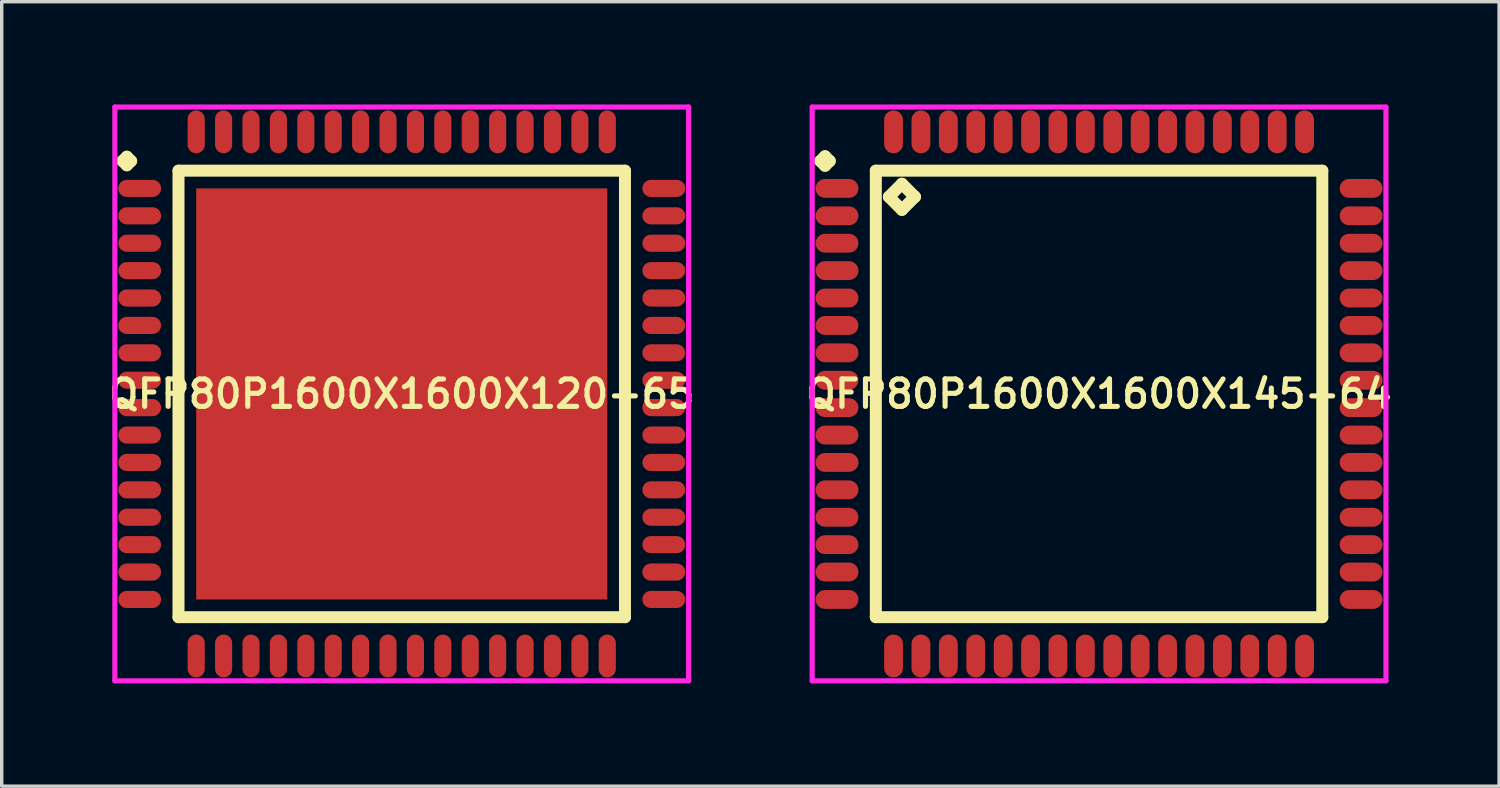
<source format=kicad_pcb>
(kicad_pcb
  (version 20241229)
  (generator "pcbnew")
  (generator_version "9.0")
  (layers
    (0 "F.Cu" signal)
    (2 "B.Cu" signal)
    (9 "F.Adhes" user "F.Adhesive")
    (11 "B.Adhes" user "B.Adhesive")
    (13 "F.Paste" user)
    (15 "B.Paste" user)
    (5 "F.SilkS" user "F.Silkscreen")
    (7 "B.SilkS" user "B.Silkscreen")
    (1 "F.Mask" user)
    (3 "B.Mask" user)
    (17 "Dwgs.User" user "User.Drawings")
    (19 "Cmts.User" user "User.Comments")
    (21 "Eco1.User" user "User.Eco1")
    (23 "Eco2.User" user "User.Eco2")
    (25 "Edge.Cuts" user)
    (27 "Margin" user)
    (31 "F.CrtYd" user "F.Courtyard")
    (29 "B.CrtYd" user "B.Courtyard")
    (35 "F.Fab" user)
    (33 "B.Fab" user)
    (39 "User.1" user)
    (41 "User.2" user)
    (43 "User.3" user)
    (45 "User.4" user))
  (footprint "QFP80P1600X1600X120-65"
    (layer "F.Cu")
    (at 8.678 8.45)
    (property "Reference" "QFP80P1600X1600X120-65" (at 0 0 0) (layer "F.SilkS") (effects (font (size 0.8 0.8) (thickness 0.15))))
    (attr smd)
    (fp_line (start -8.15 -6.8) (end -8.025 -6.925) (stroke (width 0.35) (type solid)) (layer "F.SilkS"))
    (fp_line (start -8.025 -6.925) (end -7.9 -6.8) (stroke (width 0.35) (type solid)) (layer "F.SilkS"))
    (fp_line (start -8.025 -6.675) (end -8.15 -6.8) (stroke (width 0.35) (type solid)) (layer "F.SilkS"))
    (fp_line (start -7.9 -6.8) (end -8.025 -6.675) (stroke (width 0.35) (type solid)) (layer "F.SilkS"))
    (fp_line (start -6.517 -6.517) (end -6.517 6.517) (stroke (width 0.35) (type solid)) (layer "F.SilkS"))
    (fp_line (start -6.517 6.517) (end 6.517 6.517) (stroke (width 0.35) (type solid)) (layer "F.SilkS"))
    (fp_line (start 6.517 -6.517) (end -6.517 -6.517) (stroke (width 0.35) (type solid)) (layer "F.SilkS"))
    (fp_line (start 6.517 6.517) (end 6.517 -6.517) (stroke (width 0.35) (type solid)) (layer "F.SilkS"))
    (fp_line (start -8.375 -8.375) (end 8.375 -8.375) (stroke (width 0.15) (type solid)) (layer "F.CrtYd"))
    (fp_line (start -8.375 8.375) (end -8.375 -8.375) (stroke (width 0.15) (type solid)) (layer "F.CrtYd"))
    (fp_line (start 8.375 -8.375) (end 8.375 8.375) (stroke (width 0.15) (type solid)) (layer "F.CrtYd"))
    (fp_line (start 8.375 8.375) (end -8.375 8.375) (stroke (width 0.15) (type solid)) (layer "F.CrtYd"))
    (pad "1" smd oval (at -7.65 -6) (size 1.25 0.5) (layers "F.Cu" "F.Mask" "F.Paste"))
    (pad "2" smd oval (at -7.65 -5.2) (size 1.25 0.5) (layers "F.Cu" "F.Mask" "F.Paste"))
    (pad "3" smd oval (at -7.65 -4.4) (size 1.25 0.5) (layers "F.Cu" "F.Mask" "F.Paste"))
    (pad "4" smd oval (at -7.65 -3.6) (size 1.25 0.5) (layers "F.Cu" "F.Mask" "F.Paste"))
    (pad "5" smd oval (at -7.65 -2.8) (size 1.25 0.5) (layers "F.Cu" "F.Mask" "F.Paste"))
    (pad "6" smd oval (at -7.65 -2) (size 1.25 0.5) (layers "F.Cu" "F.Mask" "F.Paste"))
    (pad "7" smd oval (at -7.65 -1.2) (size 1.25 0.5) (layers "F.Cu" "F.Mask" "F.Paste"))
    (pad "8" smd oval (at -7.65 -0.4) (size 1.25 0.5) (layers "F.Cu" "F.Mask" "F.Paste"))
    (pad "9" smd oval (at -7.65 0.4) (size 1.25 0.5) (layers "F.Cu" "F.Mask" "F.Paste"))
    (pad "10" smd oval (at -7.65 1.2) (size 1.25 0.5) (layers "F.Cu" "F.Mask" "F.Paste"))
    (pad "11" smd oval (at -7.65 2) (size 1.25 0.5) (layers "F.Cu" "F.Mask" "F.Paste"))
    (pad "12" smd oval (at -7.65 2.8) (size 1.25 0.5) (layers "F.Cu" "F.Mask" "F.Paste"))
    (pad "13" smd oval (at -7.65 3.6) (size 1.25 0.5) (layers "F.Cu" "F.Mask" "F.Paste"))
    (pad "14" smd oval (at -7.65 4.4) (size 1.25 0.5) (layers "F.Cu" "F.Mask" "F.Paste"))
    (pad "15" smd oval (at -7.65 5.2) (size 1.25 0.5) (layers "F.Cu" "F.Mask" "F.Paste"))
    (pad "16" smd oval (at -7.65 6) (size 1.25 0.5) (layers "F.Cu" "F.Mask" "F.Paste"))
    (pad "17" smd oval (at -6 7.65) (size 0.5 1.25) (layers "F.Cu" "F.Mask" "F.Paste"))
    (pad "18" smd oval (at -5.2 7.65) (size 0.5 1.25) (layers "F.Cu" "F.Mask" "F.Paste"))
    (pad "19" smd oval (at -4.4 7.65) (size 0.5 1.25) (layers "F.Cu" "F.Mask" "F.Paste"))
    (pad "20" smd oval (at -3.6 7.65) (size 0.5 1.25) (layers "F.Cu" "F.Mask" "F.Paste"))
    (pad "21" smd oval (at -2.8 7.65) (size 0.5 1.25) (layers "F.Cu" "F.Mask" "F.Paste"))
    (pad "22" smd oval (at -2 7.65) (size 0.5 1.25) (layers "F.Cu" "F.Mask" "F.Paste"))
    (pad "23" smd oval (at -1.2 7.65) (size 0.5 1.25) (layers "F.Cu" "F.Mask" "F.Paste"))
    (pad "24" smd oval (at -0.4 7.65) (size 0.5 1.25) (layers "F.Cu" "F.Mask" "F.Paste"))
    (pad "25" smd oval (at 0.4 7.65) (size 0.5 1.25) (layers "F.Cu" "F.Mask" "F.Paste"))
    (pad "26" smd oval (at 1.2 7.65) (size 0.5 1.25) (layers "F.Cu" "F.Mask" "F.Paste"))
    (pad "27" smd oval (at 2 7.65) (size 0.5 1.25) (layers "F.Cu" "F.Mask" "F.Paste"))
    (pad "28" smd oval (at 2.8 7.65) (size 0.5 1.25) (layers "F.Cu" "F.Mask" "F.Paste"))
    (pad "29" smd oval (at 3.6 7.65) (size 0.5 1.25) (layers "F.Cu" "F.Mask" "F.Paste"))
    (pad "30" smd oval (at 4.4 7.65) (size 0.5 1.25) (layers "F.Cu" "F.Mask" "F.Paste"))
    (pad "31" smd oval (at 5.2 7.65) (size 0.5 1.25) (layers "F.Cu" "F.Mask" "F.Paste"))
    (pad "32" smd oval (at 6 7.65) (size 0.5 1.25) (layers "F.Cu" "F.Mask" "F.Paste"))
    (pad "33" smd oval (at 7.65 6) (size 1.25 0.5) (layers "F.Cu" "F.Mask" "F.Paste"))
    (pad "34" smd oval (at 7.65 5.2) (size 1.25 0.5) (layers "F.Cu" "F.Mask" "F.Paste"))
    (pad "35" smd oval (at 7.65 4.4) (size 1.25 0.5) (layers "F.Cu" "F.Mask" "F.Paste"))
    (pad "36" smd oval (at 7.65 3.6) (size 1.25 0.5) (layers "F.Cu" "F.Mask" "F.Paste"))
    (pad "37" smd oval (at 7.65 2.8) (size 1.25 0.5) (layers "F.Cu" "F.Mask" "F.Paste"))
    (pad "38" smd oval (at 7.65 2) (size 1.25 0.5) (layers "F.Cu" "F.Mask" "F.Paste"))
    (pad "39" smd oval (at 7.65 1.2) (size 1.25 0.5) (layers "F.Cu" "F.Mask" "F.Paste"))
    (pad "40" smd oval (at 7.65 0.4) (size 1.25 0.5) (layers "F.Cu" "F.Mask" "F.Paste"))
    (pad "41" smd oval (at 7.65 -0.4) (size 1.25 0.5) (layers "F.Cu" "F.Mask" "F.Paste"))
    (pad "42" smd oval (at 7.65 -1.2) (size 1.25 0.5) (layers "F.Cu" "F.Mask" "F.Paste"))
    (pad "43" smd oval (at 7.65 -2) (size 1.25 0.5) (layers "F.Cu" "F.Mask" "F.Paste"))
    (pad "44" smd oval (at 7.65 -2.8) (size 1.25 0.5) (layers "F.Cu" "F.Mask" "F.Paste"))
    (pad "45" smd oval (at 7.65 -3.6) (size 1.25 0.5) (layers "F.Cu" "F.Mask" "F.Paste"))
    (pad "46" smd oval (at 7.65 -4.4) (size 1.25 0.5) (layers "F.Cu" "F.Mask" "F.Paste"))
    (pad "47" smd oval (at 7.65 -5.2) (size 1.25 0.5) (layers "F.Cu" "F.Mask" "F.Paste"))
    (pad "48" smd oval (at 7.65 -6) (size 1.25 0.5) (layers "F.Cu" "F.Mask" "F.Paste"))
    (pad "49" smd oval (at 6 -7.65) (size 0.5 1.25) (layers "F.Cu" "F.Mask" "F.Paste"))
    (pad "50" smd oval (at 5.2 -7.65) (size 0.5 1.25) (layers "F.Cu" "F.Mask" "F.Paste"))
    (pad "51" smd oval (at 4.4 -7.65) (size 0.5 1.25) (layers "F.Cu" "F.Mask" "F.Paste"))
    (pad "52" smd oval (at 3.6 -7.65) (size 0.5 1.25) (layers "F.Cu" "F.Mask" "F.Paste"))
    (pad "53" smd oval (at 2.8 -7.65) (size 0.5 1.25) (layers "F.Cu" "F.Mask" "F.Paste"))
    (pad "54" smd oval (at 2 -7.65) (size 0.5 1.25) (layers "F.Cu" "F.Mask" "F.Paste"))
    (pad "55" smd oval (at 1.2 -7.65) (size 0.5 1.25) (layers "F.Cu" "F.Mask" "F.Paste"))
    (pad "56" smd oval (at 0.4 -7.65) (size 0.5 1.25) (layers "F.Cu" "F.Mask" "F.Paste"))
    (pad "57" smd oval (at -0.4 -7.65) (size 0.5 1.25) (layers "F.Cu" "F.Mask" "F.Paste"))
    (pad "58" smd oval (at -1.2 -7.65) (size 0.5 1.25) (layers "F.Cu" "F.Mask" "F.Paste"))
    (pad "59" smd oval (at -2 -7.65) (size 0.5 1.25) (layers "F.Cu" "F.Mask" "F.Paste"))
    (pad "60" smd oval (at -2.8 -7.65) (size 0.5 1.25) (layers "F.Cu" "F.Mask" "F.Paste"))
    (pad "61" smd oval (at -3.6 -7.65) (size 0.5 1.25) (layers "F.Cu" "F.Mask" "F.Paste"))
    (pad "62" smd oval (at -4.4 -7.65) (size 0.5 1.25) (layers "F.Cu" "F.Mask" "F.Paste"))
    (pad "63" smd oval (at -5.2 -7.65) (size 0.5 1.25) (layers "F.Cu" "F.Mask" "F.Paste"))
    (pad "64" smd oval (at -6 -7.65) (size 0.5 1.25) (layers "F.Cu" "F.Mask" "F.Paste"))
    (pad "65" smd rect (at 0 0) (size 12 12) (layers "F.Cu" "F.Mask" "F.Paste")))
  (footprint "QFP80P1600X1600X145-64"
    (layer "F.Cu")
    (at 29.035 8.45)
    (property "Reference" "QFP80P1600X1600X145-64" (at 0 0 0) (layer "F.SilkS") (effects (font (size 0.8 0.8) (thickness 0.15))))
    (attr smd)
    (fp_line (start -8.137 -6.8) (end -8 -6.938) (stroke (width 0.35) (type solid)) (layer "F.SilkS"))
    (fp_line (start -8 -6.938) (end -7.862 -6.8) (stroke (width 0.35) (type solid)) (layer "F.SilkS"))
    (fp_line (start -8 -6.662) (end -8.137 -6.8) (stroke (width 0.35) (type solid)) (layer "F.SilkS"))
    (fp_line (start -7.862 -6.8) (end -8 -6.662) (stroke (width 0.35) (type solid)) (layer "F.SilkS"))
    (fp_line (start -6.517 -6.517) (end -6.517 6.517) (stroke (width 0.35) (type solid)) (layer "F.SilkS"))
    (fp_line (start -6.517 6.517) (end 6.517 6.517) (stroke (width 0.35) (type solid)) (layer "F.SilkS"))
    (fp_line (start -6.136 -5.755) (end -5.755 -6.136) (stroke (width 0.35) (type solid)) (layer "F.SilkS"))
    (fp_line (start -5.755 -6.136) (end -5.374 -5.755) (stroke (width 0.35) (type solid)) (layer "F.SilkS"))
    (fp_line (start -5.755 -5.374) (end -6.136 -5.755) (stroke (width 0.35) (type solid)) (layer "F.SilkS"))
    (fp_line (start -5.374 -5.755) (end -5.755 -5.374) (stroke (width 0.35) (type solid)) (layer "F.SilkS"))
    (fp_line (start 6.517 -6.517) (end -6.517 -6.517) (stroke (width 0.35) (type solid)) (layer "F.SilkS"))
    (fp_line (start 6.517 6.517) (end 6.517 -6.517) (stroke (width 0.35) (type solid)) (layer "F.SilkS"))
    (fp_line (start -8.375 -8.375) (end 8.375 -8.375) (stroke (width 0.15) (type solid)) (layer "F.CrtYd"))
    (fp_line (start -8.375 8.375) (end -8.375 -8.375) (stroke (width 0.15) (type solid)) (layer "F.CrtYd"))
    (fp_line (start 8.375 -8.375) (end 8.375 8.375) (stroke (width 0.15) (type solid)) (layer "F.CrtYd"))
    (fp_line (start 8.375 8.375) (end -8.375 8.375) (stroke (width 0.15) (type solid)) (layer "F.CrtYd"))
    (pad "1" smd oval (at -7.65 -6) (size 1.25 0.55) (layers "F.Cu" "F.Mask" "F.Paste"))
    (pad "2" smd oval (at -7.65 -5.2) (size 1.25 0.55) (layers "F.Cu" "F.Mask" "F.Paste"))
    (pad "3" smd oval (at -7.65 -4.4) (size 1.25 0.55) (layers "F.Cu" "F.Mask" "F.Paste"))
    (pad "4" smd oval (at -7.65 -3.6) (size 1.25 0.55) (layers "F.Cu" "F.Mask" "F.Paste"))
    (pad "5" smd oval (at -7.65 -2.8) (size 1.25 0.55) (layers "F.Cu" "F.Mask" "F.Paste"))
    (pad "6" smd oval (at -7.65 -2) (size 1.25 0.55) (layers "F.Cu" "F.Mask" "F.Paste"))
    (pad "7" smd oval (at -7.65 -1.2) (size 1.25 0.55) (layers "F.Cu" "F.Mask" "F.Paste"))
    (pad "8" smd oval (at -7.65 -0.4) (size 1.25 0.55) (layers "F.Cu" "F.Mask" "F.Paste"))
    (pad "9" smd oval (at -7.65 0.4) (size 1.25 0.55) (layers "F.Cu" "F.Mask" "F.Paste"))
    (pad "10" smd oval (at -7.65 1.2) (size 1.25 0.55) (layers "F.Cu" "F.Mask" "F.Paste"))
    (pad "11" smd oval (at -7.65 2) (size 1.25 0.55) (layers "F.Cu" "F.Mask" "F.Paste"))
    (pad "12" smd oval (at -7.65 2.8) (size 1.25 0.55) (layers "F.Cu" "F.Mask" "F.Paste"))
    (pad "13" smd oval (at -7.65 3.6) (size 1.25 0.55) (layers "F.Cu" "F.Mask" "F.Paste"))
    (pad "14" smd oval (at -7.65 4.4) (size 1.25 0.55) (layers "F.Cu" "F.Mask" "F.Paste"))
    (pad "15" smd oval (at -7.65 5.2) (size 1.25 0.55) (layers "F.Cu" "F.Mask" "F.Paste"))
    (pad "16" smd oval (at -7.65 6) (size 1.25 0.55) (layers "F.Cu" "F.Mask" "F.Paste"))
    (pad "17" smd oval (at -6 7.65) (size 0.55 1.25) (layers "F.Cu" "F.Mask" "F.Paste"))
    (pad "18" smd oval (at -5.2 7.65) (size 0.55 1.25) (layers "F.Cu" "F.Mask" "F.Paste"))
    (pad "19" smd oval (at -4.4 7.65) (size 0.55 1.25) (layers "F.Cu" "F.Mask" "F.Paste"))
    (pad "20" smd oval (at -3.6 7.65) (size 0.55 1.25) (layers "F.Cu" "F.Mask" "F.Paste"))
    (pad "21" smd oval (at -2.8 7.65) (size 0.55 1.25) (layers "F.Cu" "F.Mask" "F.Paste"))
    (pad "22" smd oval (at -2 7.65) (size 0.55 1.25) (layers "F.Cu" "F.Mask" "F.Paste"))
    (pad "23" smd oval (at -1.2 7.65) (size 0.55 1.25) (layers "F.Cu" "F.Mask" "F.Paste"))
    (pad "24" smd oval (at -0.4 7.65) (size 0.55 1.25) (layers "F.Cu" "F.Mask" "F.Paste"))
    (pad "25" smd oval (at 0.4 7.65) (size 0.55 1.25) (layers "F.Cu" "F.Mask" "F.Paste"))
    (pad "26" smd oval (at 1.2 7.65) (size 0.55 1.25) (layers "F.Cu" "F.Mask" "F.Paste"))
    (pad "27" smd oval (at 2 7.65) (size 0.55 1.25) (layers "F.Cu" "F.Mask" "F.Paste"))
    (pad "28" smd oval (at 2.8 7.65) (size 0.55 1.25) (layers "F.Cu" "F.Mask" "F.Paste"))
    (pad "29" smd oval (at 3.6 7.65) (size 0.55 1.25) (layers "F.Cu" "F.Mask" "F.Paste"))
    (pad "30" smd oval (at 4.4 7.65) (size 0.55 1.25) (layers "F.Cu" "F.Mask" "F.Paste"))
    (pad "31" smd oval (at 5.2 7.65) (size 0.55 1.25) (layers "F.Cu" "F.Mask" "F.Paste"))
    (pad "32" smd oval (at 6 7.65) (size 0.55 1.25) (layers "F.Cu" "F.Mask" "F.Paste"))
    (pad "33" smd oval (at 7.65 6) (size 1.25 0.55) (layers "F.Cu" "F.Mask" "F.Paste"))
    (pad "34" smd oval (at 7.65 5.2) (size 1.25 0.55) (layers "F.Cu" "F.Mask" "F.Paste"))
    (pad "35" smd oval (at 7.65 4.4) (size 1.25 0.55) (layers "F.Cu" "F.Mask" "F.Paste"))
    (pad "36" smd oval (at 7.65 3.6) (size 1.25 0.55) (layers "F.Cu" "F.Mask" "F.Paste"))
    (pad "37" smd oval (at 7.65 2.8) (size 1.25 0.55) (layers "F.Cu" "F.Mask" "F.Paste"))
    (pad "38" smd oval (at 7.65 2) (size 1.25 0.55) (layers "F.Cu" "F.Mask" "F.Paste"))
    (pad "39" smd oval (at 7.65 1.2) (size 1.25 0.55) (layers "F.Cu" "F.Mask" "F.Paste"))
    (pad "40" smd oval (at 7.65 0.4) (size 1.25 0.55) (layers "F.Cu" "F.Mask" "F.Paste"))
    (pad "41" smd oval (at 7.65 -0.4) (size 1.25 0.55) (layers "F.Cu" "F.Mask" "F.Paste"))
    (pad "42" smd oval (at 7.65 -1.2) (size 1.25 0.55) (layers "F.Cu" "F.Mask" "F.Paste"))
    (pad "43" smd oval (at 7.65 -2) (size 1.25 0.55) (layers "F.Cu" "F.Mask" "F.Paste"))
    (pad "44" smd oval (at 7.65 -2.8) (size 1.25 0.55) (layers "F.Cu" "F.Mask" "F.Paste"))
    (pad "45" smd oval (at 7.65 -3.6) (size 1.25 0.55) (layers "F.Cu" "F.Mask" "F.Paste"))
    (pad "46" smd oval (at 7.65 -4.4) (size 1.25 0.55) (layers "F.Cu" "F.Mask" "F.Paste"))
    (pad "47" smd oval (at 7.65 -5.2) (size 1.25 0.55) (layers "F.Cu" "F.Mask" "F.Paste"))
    (pad "48" smd oval (at 7.65 -6) (size 1.25 0.55) (layers "F.Cu" "F.Mask" "F.Paste"))
    (pad "49" smd oval (at 6 -7.65) (size 0.55 1.25) (layers "F.Cu" "F.Mask" "F.Paste"))
    (pad "50" smd oval (at 5.2 -7.65) (size 0.55 1.25) (layers "F.Cu" "F.Mask" "F.Paste"))
    (pad "51" smd oval (at 4.4 -7.65) (size 0.55 1.25) (layers "F.Cu" "F.Mask" "F.Paste"))
    (pad "52" smd oval (at 3.6 -7.65) (size 0.55 1.25) (layers "F.Cu" "F.Mask" "F.Paste"))
    (pad "53" smd oval (at 2.8 -7.65) (size 0.55 1.25) (layers "F.Cu" "F.Mask" "F.Paste"))
    (pad "54" smd oval (at 2 -7.65) (size 0.55 1.25) (layers "F.Cu" "F.Mask" "F.Paste"))
    (pad "55" smd oval (at 1.2 -7.65) (size 0.55 1.25) (layers "F.Cu" "F.Mask" "F.Paste"))
    (pad "56" smd oval (at 0.4 -7.65) (size 0.55 1.25) (layers "F.Cu" "F.Mask" "F.Paste"))
    (pad "57" smd oval (at -0.4 -7.65) (size 0.55 1.25) (layers "F.Cu" "F.Mask" "F.Paste"))
    (pad "58" smd oval (at -1.2 -7.65) (size 0.55 1.25) (layers "F.Cu" "F.Mask" "F.Paste"))
    (pad "59" smd oval (at -2 -7.65) (size 0.55 1.25) (layers "F.Cu" "F.Mask" "F.Paste"))
    (pad "60" smd oval (at -2.8 -7.65) (size 0.55 1.25) (layers "F.Cu" "F.Mask" "F.Paste"))
    (pad "61" smd oval (at -3.6 -7.65) (size 0.55 1.25) (layers "F.Cu" "F.Mask" "F.Paste"))
    (pad "62" smd oval (at -4.4 -7.65) (size 0.55 1.25) (layers "F.Cu" "F.Mask" "F.Paste"))
    (pad "63" smd oval (at -5.2 -7.65) (size 0.55 1.25) (layers "F.Cu" "F.Mask" "F.Paste"))
    (pad "64" smd oval (at -6 -7.65) (size 0.55 1.25) (layers "F.Cu" "F.Mask" "F.Paste")))
  (gr_rect
    (start -3 -3)
    (end 40.713 19.9)
    (stroke (width 0.1) (type default))
    (fill no)
    (layer "Edge.Cuts")))
</source>
